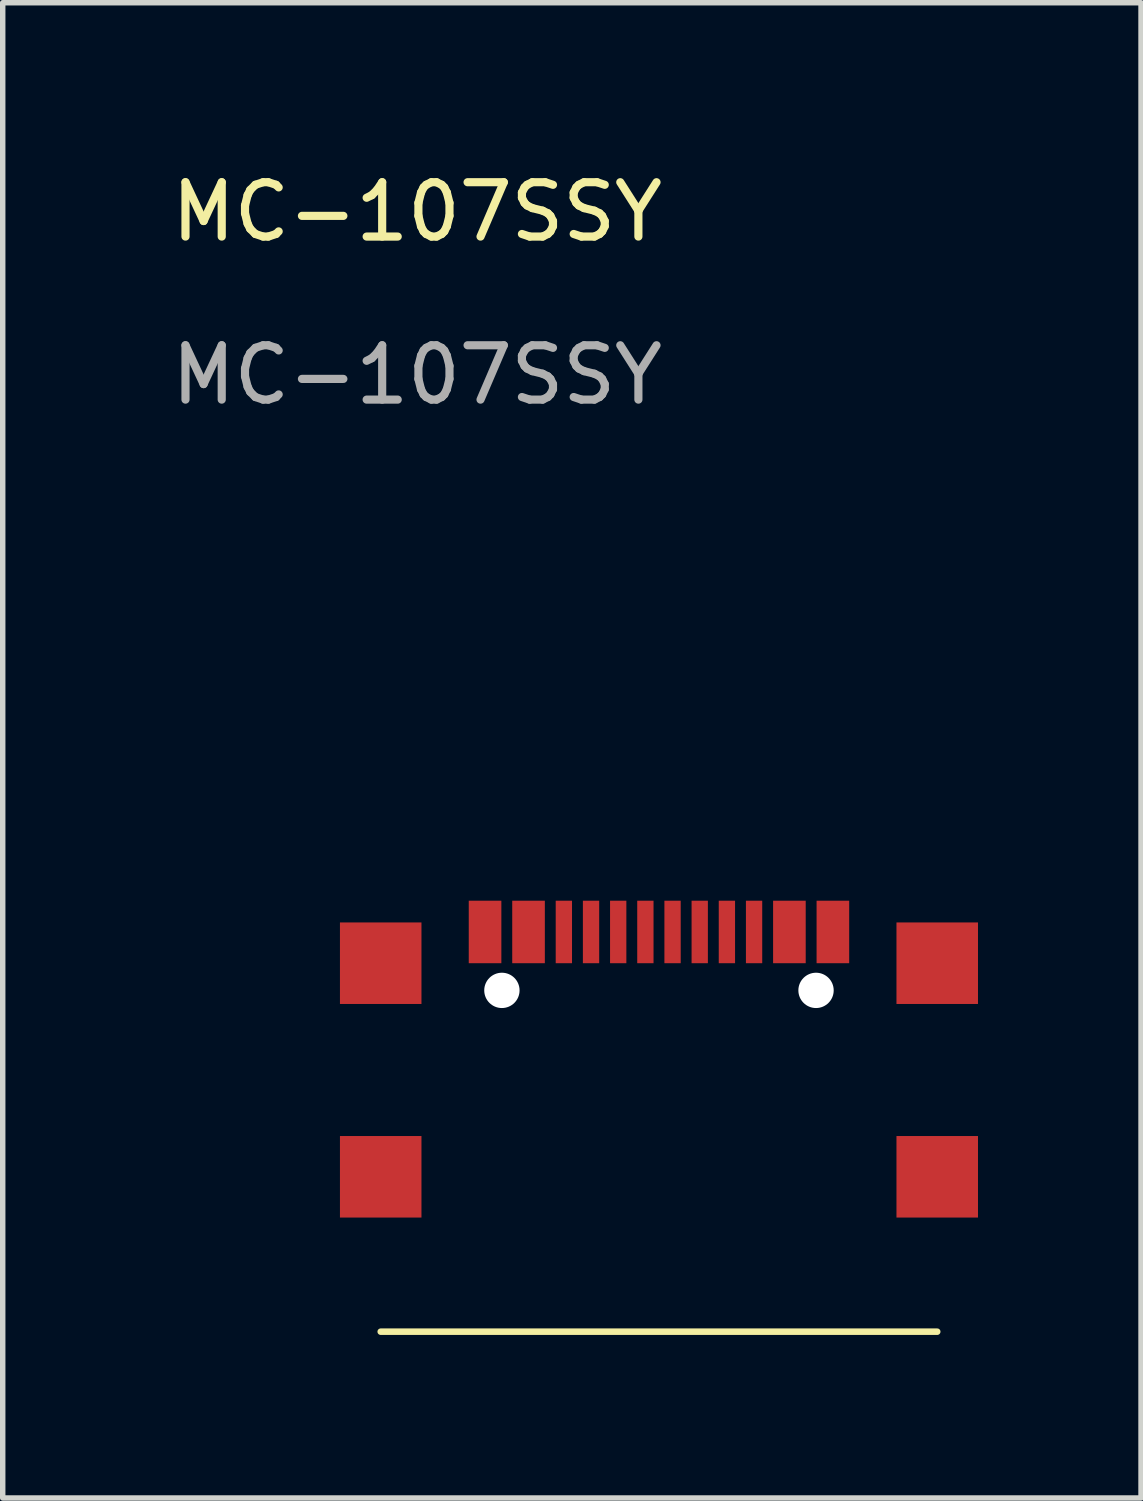
<source format=kicad_pcb>
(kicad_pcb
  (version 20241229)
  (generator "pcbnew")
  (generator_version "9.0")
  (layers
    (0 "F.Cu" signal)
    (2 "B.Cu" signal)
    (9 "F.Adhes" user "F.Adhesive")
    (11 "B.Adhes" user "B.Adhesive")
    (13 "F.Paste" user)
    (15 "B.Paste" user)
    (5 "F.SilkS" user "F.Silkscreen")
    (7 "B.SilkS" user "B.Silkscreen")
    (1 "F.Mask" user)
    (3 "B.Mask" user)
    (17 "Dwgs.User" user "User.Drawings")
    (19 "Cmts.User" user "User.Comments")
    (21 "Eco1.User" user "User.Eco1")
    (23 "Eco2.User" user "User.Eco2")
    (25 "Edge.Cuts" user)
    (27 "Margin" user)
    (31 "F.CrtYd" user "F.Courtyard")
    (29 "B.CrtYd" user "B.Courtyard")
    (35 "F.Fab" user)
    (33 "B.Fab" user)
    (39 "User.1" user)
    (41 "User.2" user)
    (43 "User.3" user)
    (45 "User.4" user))
  (footprint "MC-107SSY"
    (layer "F.Cu")
    (at 5.875 14.098)
    (property "Reference" "MC-107SSY" (at -1.25 -13.25 0) (unlocked yes) (layer "F.SilkS") (effects (font (size 1 1) (thickness 0.15))))
    (attr smd)
    (fp_line (start -1.92 7.355) (end 8.32 7.355) (stroke (width 0.12) (type default)) (layer "F.SilkS"))
    (fp_text user "${REFERENCE}" (at -1.25 -10.25 0) (unlocked yes) (layer "F.Fab") (effects (font (size 1 1) (thickness 0.15))))
    (pad "" np_thru_hole circle (at 0.31 1.075) (size 0.65 0.65) (drill 0.65) (layers "*.Cu" "*.Mask"))
    (pad "" np_thru_hole circle (at 6.09 1.075) (size 0.65 0.65) (drill 0.65) (layers "*.Cu" "*.Mask"))
    (pad "1" smd rect (at 0 0) (size 0.6 1.15) (layers "F.Cu" "B.Mask" "B.Paste"))
    (pad "2" smd rect (at 0.8 0) (size 0.6 1.15) (layers "F.Cu" "B.Mask" "B.Paste"))
    (pad "3" smd rect (at 1.45 0) (size 0.3 1.15) (layers "F.Cu" "B.Mask" "B.Paste"))
    (pad "4" smd rect (at 1.95 0) (size 0.3 1.15) (layers "F.Cu" "B.Mask" "B.Paste"))
    (pad "5" smd rect (at 2.45 0) (size 0.3 1.15) (layers "F.Cu" "B.Mask" "B.Paste"))
    (pad "6" smd rect (at 2.95 0) (size 0.3 1.15) (layers "F.Cu" "B.Mask" "B.Paste"))
    (pad "7" smd rect (at 3.45 0) (size 0.3 1.15) (layers "F.Cu" "B.Mask" "B.Paste"))
    (pad "8" smd rect (at 3.95 0) (size 0.3 1.15) (layers "F.Cu" "B.Mask" "B.Paste"))
    (pad "9" smd rect (at 4.45 0) (size 0.3 1.15) (layers "F.Cu" "B.Mask" "B.Paste"))
    (pad "10" smd rect (at 4.95 0) (size 0.3 1.15) (layers "F.Cu" "B.Mask" "B.Paste"))
    (pad "11" smd rect (at 5.6 0) (size 0.6 1.15) (layers "F.Cu" "B.Mask" "B.Paste"))
    (pad "12" smd rect (at 6.4 0) (size 0.6 1.15) (layers "F.Cu" "B.Mask" "B.Paste"))
    (pad "13" smd rect (at -1.92 0.575) (size 1.5 1.5) (layers "F.Cu" "B.Mask" "B.Paste"))
    (pad "13" smd rect (at -1.92 4.505) (size 1.5 1.5) (layers "F.Cu" "B.Mask" "B.Paste"))
    (pad "13" smd rect (at 8.32 0.575) (size 1.5 1.5) (layers "F.Cu" "B.Mask" "B.Paste"))
    (pad "13" smd rect (at 8.32 4.505) (size 1.5 1.5) (layers "F.Cu" "B.Mask" "B.Paste")))
  (gr_rect
    (start -3 -3)
    (end 17.945 24.513)
    (stroke (width 0.1) (type default))
    (fill no)
    (layer "Edge.Cuts")))
</source>
